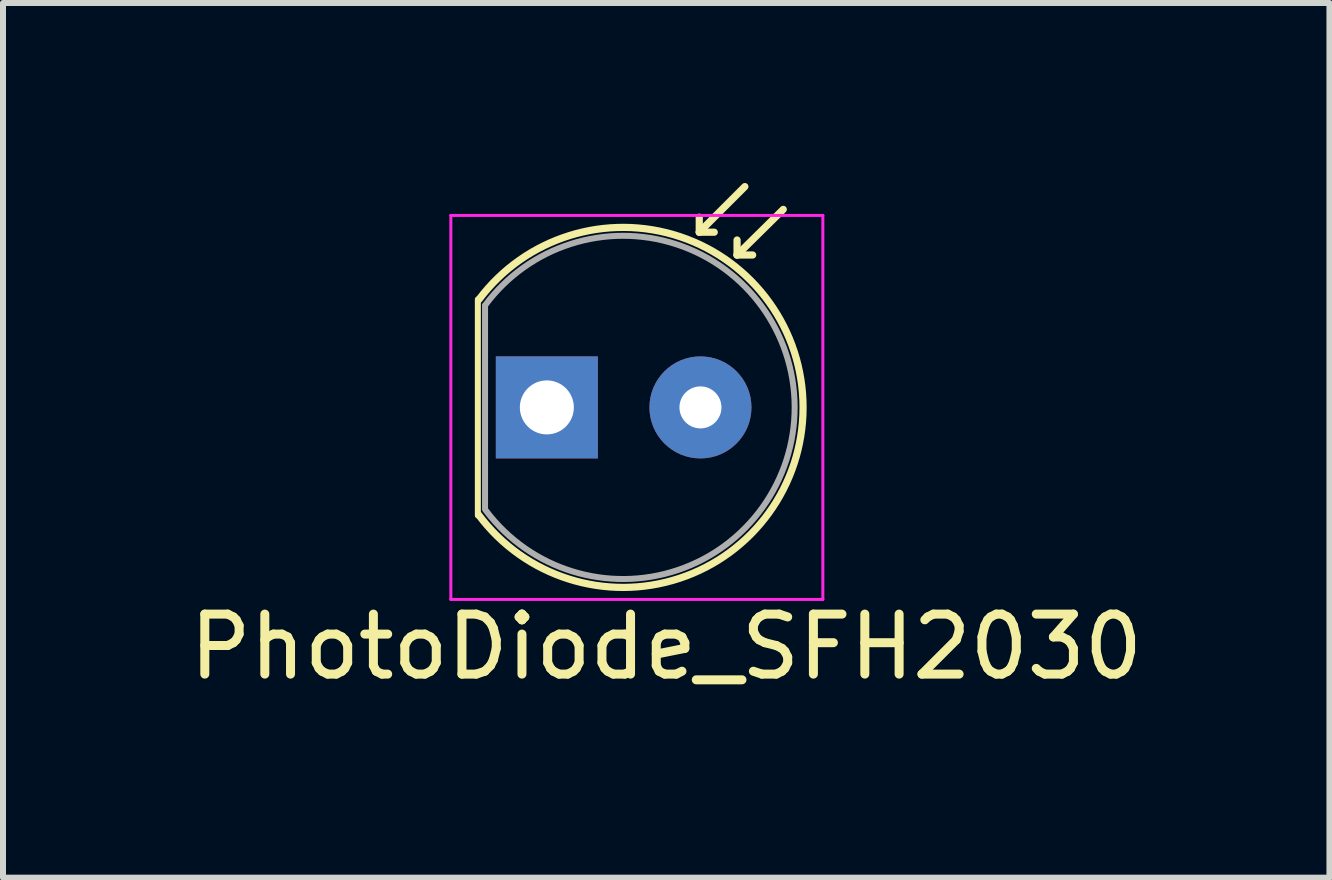
<source format=kicad_pcb>
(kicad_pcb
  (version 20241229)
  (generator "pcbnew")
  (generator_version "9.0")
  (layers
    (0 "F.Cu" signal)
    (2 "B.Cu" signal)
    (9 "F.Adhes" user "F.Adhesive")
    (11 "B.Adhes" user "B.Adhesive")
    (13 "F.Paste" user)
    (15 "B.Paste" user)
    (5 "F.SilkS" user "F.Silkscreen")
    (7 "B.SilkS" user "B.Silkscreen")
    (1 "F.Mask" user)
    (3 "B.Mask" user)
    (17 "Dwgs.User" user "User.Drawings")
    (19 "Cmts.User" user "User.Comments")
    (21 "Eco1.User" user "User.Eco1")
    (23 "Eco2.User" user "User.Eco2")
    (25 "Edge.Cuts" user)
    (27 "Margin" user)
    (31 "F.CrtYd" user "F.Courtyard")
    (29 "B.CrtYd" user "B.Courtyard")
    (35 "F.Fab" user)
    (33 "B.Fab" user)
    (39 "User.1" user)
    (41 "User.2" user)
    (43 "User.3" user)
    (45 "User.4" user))
  (footprint "PhotoDiode_SFH2030"
    (layer "F.Cu")
    (at 6.064 3.74)
    (property "Reference" "PhotoDiode_SFH2030" (at 1.99 3.99 0) (layer "F.SilkS") (effects (font (size 1 1) (thickness 0.15))))
    (attr through_hole)
    (fp_line (start -1.15 -1.8) (end -1.15 1.8) (stroke (width 0.1) (type solid)) (layer "F.SilkS"))
    (fp_line (start 2.54 -2.92) (end 2.54 -3.17) (stroke (width 0.12) (type solid)) (layer "F.SilkS"))
    (fp_line (start 2.54 -2.92) (end 2.79 -2.92) (stroke (width 0.12) (type solid)) (layer "F.SilkS"))
    (fp_line (start 3.17 -2.54) (end 3.17 -2.79) (stroke (width 0.12) (type solid)) (layer "F.SilkS"))
    (fp_line (start 3.17 -2.54) (end 3.43 -2.54) (stroke (width 0.12) (type solid)) (layer "F.SilkS"))
    (fp_line (start 3.3 -3.68) (end 2.54 -2.92) (stroke (width 0.12) (type solid)) (layer "F.SilkS"))
    (fp_line (start 3.94 -3.3) (end 3.17 -2.54) (stroke (width 0.12) (type solid)) (layer "F.SilkS"))
    (fp_arc (start -1.13 -1.8) (mid 4.269993 0.006278) (end -1.137512 1.78994) (stroke (width 0.12) (type solid)) (layer "F.SilkS"))
    (fp_line (start -1.6 -3.2) (end 4.6 -3.2) (stroke (width 0.05) (type solid)) (layer "F.CrtYd"))
    (fp_line (start -1.6 3.2) (end -1.6 -3.2) (stroke (width 0.05) (type solid)) (layer "F.CrtYd"))
    (fp_line (start 4.6 -3.2) (end 4.6 3.2) (stroke (width 0.05) (type solid)) (layer "F.CrtYd"))
    (fp_line (start 4.6 3.2) (end -1.6 3.2) (stroke (width 0.05) (type solid)) (layer "F.CrtYd"))
    (fp_line (start -1.03 -1.7) (end -1.03 1.7) (stroke (width 0.1) (type solid)) (layer "F.Fab"))
    (fp_arc (start -1.03 -1.7) (mid 4.130036 -0.014015) (end -1.013229 1.722459) (stroke (width 0.1) (type solid)) (layer "F.Fab"))
    (pad "1" thru_hole rect (at 0 0 180) (size 1.7 1.7) (drill 0.9) (layers "*.Cu" "*.Mask"))
    (pad "2" thru_hole circle (at 2.56 0 180) (size 1.7 1.7) (drill 0.7) (layers "*.Cu" "*.Mask")))
  (gr_rect
    (start -3 -3)
    (end 19.107 11.578)
    (stroke (width 0.1) (type default))
    (fill no)
    (layer "Edge.Cuts")))
</source>
